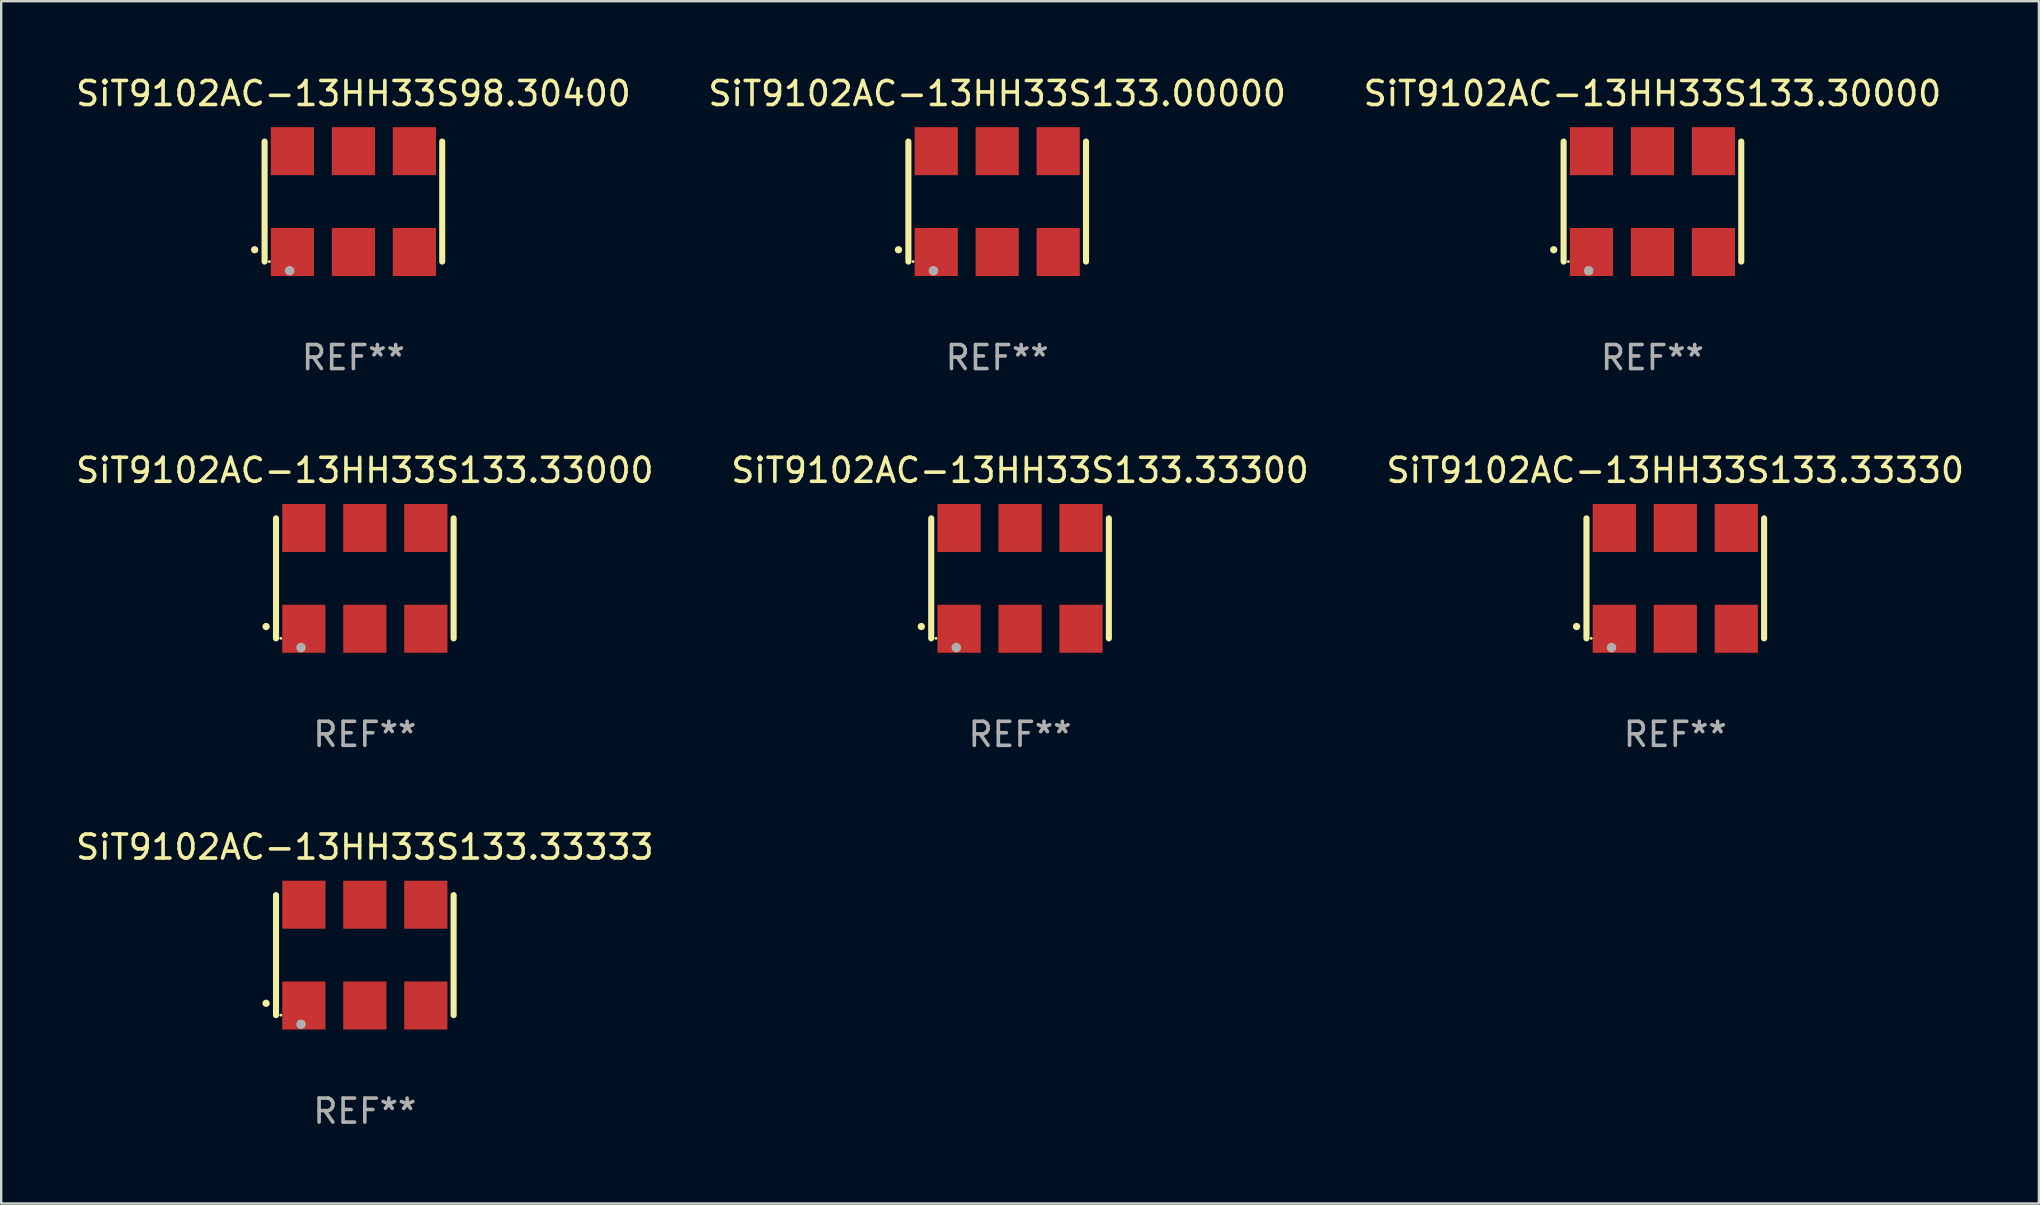
<source format=kicad_pcb>
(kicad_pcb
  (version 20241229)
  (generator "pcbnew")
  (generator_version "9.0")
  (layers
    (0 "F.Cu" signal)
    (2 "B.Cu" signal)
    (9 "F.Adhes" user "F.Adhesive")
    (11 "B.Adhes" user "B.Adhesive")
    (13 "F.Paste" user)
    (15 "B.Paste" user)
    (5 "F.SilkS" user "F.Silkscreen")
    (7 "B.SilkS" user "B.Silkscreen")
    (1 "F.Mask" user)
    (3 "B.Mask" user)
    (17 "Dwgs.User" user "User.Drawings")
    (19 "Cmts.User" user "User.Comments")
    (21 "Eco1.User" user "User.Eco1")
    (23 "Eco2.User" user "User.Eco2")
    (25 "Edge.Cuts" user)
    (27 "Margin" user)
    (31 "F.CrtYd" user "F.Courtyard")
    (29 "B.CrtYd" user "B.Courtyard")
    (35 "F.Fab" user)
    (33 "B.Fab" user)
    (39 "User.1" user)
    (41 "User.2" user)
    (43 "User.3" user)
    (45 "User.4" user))
  (footprint "SiT9102AC-13HH33S98.30400"
    (layer "F.Cu")
    (at 11.673 5.348)
    (property "Reference" "SiT9102AC-13HH33S98.30400" (at 0 -4.5 0) (layer "F.SilkS") (effects (font (size 1 1) (thickness 0.15))))
    (attr through_hole)
    (fp_line (start -3.7 -2.5) (end -3.7 2.5) (stroke (width 0.254) (type solid)) (layer "F.SilkS"))
    (fp_line (start 3.7 -2.5) (end 3.7 2.5) (stroke (width 0.254) (type solid)) (layer "F.SilkS"))
    (fp_arc (start -4.114415 2.006604) (mid -4.113145 2.006599) (end -4.111875 2.006604) (stroke (width 0.3) (type solid)) (layer "F.SilkS"))
    (fp_circle (center -3.502 2.5) (end -3.472 2.5) (stroke (width 0.06) (type solid)) (fill no) (layer "F.SilkS"))
    (fp_circle (center -2.657 2.882) (end -2.557 2.882) (stroke (width 0.2) (type solid)) (fill no) (layer "F.Fab"))
    (fp_text user "REF**" (at 0 6.5 0) (layer "F.Fab") (effects (font (size 1 1) (thickness 0.15))))
    (pad "1" smd rect (at -2.54 2.1) (size 1.8 2) (layers "F.Cu" "F.Mask" "F.Paste"))
    (pad "2" smd rect (at 0.000394 2.1) (size 1.8 2) (layers "F.Cu" "F.Mask" "F.Paste"))
    (pad "3" smd rect (at 2.54 2.1) (size 1.8 2) (layers "F.Cu" "F.Mask" "F.Paste"))
    (pad "4" smd rect (at 2.54 -2.1) (size 1.8 2) (layers "F.Cu" "F.Mask" "F.Paste"))
    (pad "5" smd rect (at 0.000394 -2.1) (size 1.8 2) (layers "F.Cu" "F.Mask" "F.Paste"))
    (pad "6" smd rect (at -2.54 -2.1) (size 1.8 2) (layers "F.Cu" "F.Mask" "F.Paste")))
  (footprint "SiT9102AC-13HH33S133.33333"
    (layer "F.Cu")
    (at 12.149 36.741)
    (property "Reference" "SiT9102AC-13HH33S133.33333" (at 0 -4.5 0) (layer "F.SilkS") (effects (font (size 1 1) (thickness 0.15))))
    (attr through_hole)
    (fp_line (start -3.7 -2.5) (end -3.7 2.5) (stroke (width 0.254) (type solid)) (layer "F.SilkS"))
    (fp_line (start 3.7 -2.5) (end 3.7 2.5) (stroke (width 0.254) (type solid)) (layer "F.SilkS"))
    (fp_arc (start -4.114415 2.006604) (mid -4.113145 2.006599) (end -4.111875 2.006604) (stroke (width 0.3) (type solid)) (layer "F.SilkS"))
    (fp_circle (center -3.502 2.5) (end -3.472 2.5) (stroke (width 0.06) (type solid)) (fill no) (layer "F.SilkS"))
    (fp_circle (center -2.657 2.882) (end -2.557 2.882) (stroke (width 0.2) (type solid)) (fill no) (layer "F.Fab"))
    (fp_text user "REF**" (at 0 6.5 0) (layer "F.Fab") (effects (font (size 1 1) (thickness 0.15))))
    (pad "1" smd rect (at -2.54 2.1) (size 1.8 2) (layers "F.Cu" "F.Mask" "F.Paste"))
    (pad "2" smd rect (at 0.000394 2.1) (size 1.8 2) (layers "F.Cu" "F.Mask" "F.Paste"))
    (pad "3" smd rect (at 2.54 2.1) (size 1.8 2) (layers "F.Cu" "F.Mask" "F.Paste"))
    (pad "4" smd rect (at 2.54 -2.1) (size 1.8 2) (layers "F.Cu" "F.Mask" "F.Paste"))
    (pad "5" smd rect (at 0.000394 -2.1) (size 1.8 2) (layers "F.Cu" "F.Mask" "F.Paste"))
    (pad "6" smd rect (at -2.54 -2.1) (size 1.8 2) (layers "F.Cu" "F.Mask" "F.Paste")))
  (footprint "SiT9102AC-13HH33S133.33330"
    (layer "F.Cu")
    (at 66.744 21.045)
    (property "Reference" "SiT9102AC-13HH33S133.33330" (at 0 -4.5 0) (layer "F.SilkS") (effects (font (size 1 1) (thickness 0.15))))
    (attr through_hole)
    (fp_line (start -3.7 -2.5) (end -3.7 2.5) (stroke (width 0.254) (type solid)) (layer "F.SilkS"))
    (fp_line (start 3.7 -2.5) (end 3.7 2.5) (stroke (width 0.254) (type solid)) (layer "F.SilkS"))
    (fp_arc (start -4.114415 2.006604) (mid -4.113145 2.006599) (end -4.111875 2.006604) (stroke (width 0.3) (type solid)) (layer "F.SilkS"))
    (fp_circle (center -3.502 2.5) (end -3.472 2.5) (stroke (width 0.06) (type solid)) (fill no) (layer "F.SilkS"))
    (fp_circle (center -2.657 2.882) (end -2.557 2.882) (stroke (width 0.2) (type solid)) (fill no) (layer "F.Fab"))
    (fp_text user "REF**" (at 0 6.5 0) (layer "F.Fab") (effects (font (size 1 1) (thickness 0.15))))
    (pad "1" smd rect (at -2.54 2.1) (size 1.8 2) (layers "F.Cu" "F.Mask" "F.Paste"))
    (pad "2" smd rect (at 0.000394 2.1) (size 1.8 2) (layers "F.Cu" "F.Mask" "F.Paste"))
    (pad "3" smd rect (at 2.54 2.1) (size 1.8 2) (layers "F.Cu" "F.Mask" "F.Paste"))
    (pad "4" smd rect (at 2.54 -2.1) (size 1.8 2) (layers "F.Cu" "F.Mask" "F.Paste"))
    (pad "5" smd rect (at 0.000394 -2.1) (size 1.8 2) (layers "F.Cu" "F.Mask" "F.Paste"))
    (pad "6" smd rect (at -2.54 -2.1) (size 1.8 2) (layers "F.Cu" "F.Mask" "F.Paste")))
  (footprint "SiT9102AC-13HH33S133.30000"
    (layer "F.Cu")
    (at 65.792 5.348)
    (property "Reference" "SiT9102AC-13HH33S133.30000" (at 0 -4.5 0) (layer "F.SilkS") (effects (font (size 1 1) (thickness 0.15))))
    (attr through_hole)
    (fp_line (start -3.7 -2.5) (end -3.7 2.5) (stroke (width 0.254) (type solid)) (layer "F.SilkS"))
    (fp_line (start 3.7 -2.5) (end 3.7 2.5) (stroke (width 0.254) (type solid)) (layer "F.SilkS"))
    (fp_arc (start -4.114415 2.006604) (mid -4.113145 2.006599) (end -4.111875 2.006604) (stroke (width 0.3) (type solid)) (layer "F.SilkS"))
    (fp_circle (center -3.502 2.5) (end -3.472 2.5) (stroke (width 0.06) (type solid)) (fill no) (layer "F.SilkS"))
    (fp_circle (center -2.657 2.882) (end -2.557 2.882) (stroke (width 0.2) (type solid)) (fill no) (layer "F.Fab"))
    (fp_text user "REF**" (at 0 6.5 0) (layer "F.Fab") (effects (font (size 1 1) (thickness 0.15))))
    (pad "1" smd rect (at -2.54 2.1) (size 1.8 2) (layers "F.Cu" "F.Mask" "F.Paste"))
    (pad "2" smd rect (at 0.000394 2.1) (size 1.8 2) (layers "F.Cu" "F.Mask" "F.Paste"))
    (pad "3" smd rect (at 2.54 2.1) (size 1.8 2) (layers "F.Cu" "F.Mask" "F.Paste"))
    (pad "4" smd rect (at 2.54 -2.1) (size 1.8 2) (layers "F.Cu" "F.Mask" "F.Paste"))
    (pad "5" smd rect (at 0.000394 -2.1) (size 1.8 2) (layers "F.Cu" "F.Mask" "F.Paste"))
    (pad "6" smd rect (at -2.54 -2.1) (size 1.8 2) (layers "F.Cu" "F.Mask" "F.Paste")))
  (footprint "SiT9102AC-13HH33S133.33300"
    (layer "F.Cu")
    (at 39.446 21.045)
    (property "Reference" "SiT9102AC-13HH33S133.33300" (at 0 -4.5 0) (layer "F.SilkS") (effects (font (size 1 1) (thickness 0.15))))
    (attr through_hole)
    (fp_line (start -3.7 -2.5) (end -3.7 2.5) (stroke (width 0.254) (type solid)) (layer "F.SilkS"))
    (fp_line (start 3.7 -2.5) (end 3.7 2.5) (stroke (width 0.254) (type solid)) (layer "F.SilkS"))
    (fp_arc (start -4.114415 2.006604) (mid -4.113145 2.006599) (end -4.111875 2.006604) (stroke (width 0.3) (type solid)) (layer "F.SilkS"))
    (fp_circle (center -3.502 2.5) (end -3.472 2.5) (stroke (width 0.06) (type solid)) (fill no) (layer "F.SilkS"))
    (fp_circle (center -2.657 2.882) (end -2.557 2.882) (stroke (width 0.2) (type solid)) (fill no) (layer "F.Fab"))
    (fp_text user "REF**" (at 0 6.5 0) (layer "F.Fab") (effects (font (size 1 1) (thickness 0.15))))
    (pad "1" smd rect (at -2.54 2.1) (size 1.8 2) (layers "F.Cu" "F.Mask" "F.Paste"))
    (pad "2" smd rect (at 0.000394 2.1) (size 1.8 2) (layers "F.Cu" "F.Mask" "F.Paste"))
    (pad "3" smd rect (at 2.54 2.1) (size 1.8 2) (layers "F.Cu" "F.Mask" "F.Paste"))
    (pad "4" smd rect (at 2.54 -2.1) (size 1.8 2) (layers "F.Cu" "F.Mask" "F.Paste"))
    (pad "5" smd rect (at 0.000394 -2.1) (size 1.8 2) (layers "F.Cu" "F.Mask" "F.Paste"))
    (pad "6" smd rect (at -2.54 -2.1) (size 1.8 2) (layers "F.Cu" "F.Mask" "F.Paste")))
  (footprint "SiT9102AC-13HH33S133.33000"
    (layer "F.Cu")
    (at 12.149 21.045)
    (property "Reference" "SiT9102AC-13HH33S133.33000" (at 0 -4.5 0) (layer "F.SilkS") (effects (font (size 1 1) (thickness 0.15))))
    (attr through_hole)
    (fp_line (start -3.7 -2.5) (end -3.7 2.5) (stroke (width 0.254) (type solid)) (layer "F.SilkS"))
    (fp_line (start 3.7 -2.5) (end 3.7 2.5) (stroke (width 0.254) (type solid)) (layer "F.SilkS"))
    (fp_arc (start -4.114415 2.006604) (mid -4.113145 2.006599) (end -4.111875 2.006604) (stroke (width 0.3) (type solid)) (layer "F.SilkS"))
    (fp_circle (center -3.502 2.5) (end -3.472 2.5) (stroke (width 0.06) (type solid)) (fill no) (layer "F.SilkS"))
    (fp_circle (center -2.657 2.882) (end -2.557 2.882) (stroke (width 0.2) (type solid)) (fill no) (layer "F.Fab"))
    (fp_text user "REF**" (at 0 6.5 0) (layer "F.Fab") (effects (font (size 1 1) (thickness 0.15))))
    (pad "1" smd rect (at -2.54 2.1) (size 1.8 2) (layers "F.Cu" "F.Mask" "F.Paste"))
    (pad "2" smd rect (at 0.000394 2.1) (size 1.8 2) (layers "F.Cu" "F.Mask" "F.Paste"))
    (pad "3" smd rect (at 2.54 2.1) (size 1.8 2) (layers "F.Cu" "F.Mask" "F.Paste"))
    (pad "4" smd rect (at 2.54 -2.1) (size 1.8 2) (layers "F.Cu" "F.Mask" "F.Paste"))
    (pad "5" smd rect (at 0.000394 -2.1) (size 1.8 2) (layers "F.Cu" "F.Mask" "F.Paste"))
    (pad "6" smd rect (at -2.54 -2.1) (size 1.8 2) (layers "F.Cu" "F.Mask" "F.Paste")))
  (footprint "SiT9102AC-13HH33S133.00000"
    (layer "F.Cu")
    (at 38.494 5.348)
    (property "Reference" "SiT9102AC-13HH33S133.00000" (at 0 -4.5 0) (layer "F.SilkS") (effects (font (size 1 1) (thickness 0.15))))
    (attr through_hole)
    (fp_line (start -3.7 -2.5) (end -3.7 2.5) (stroke (width 0.254) (type solid)) (layer "F.SilkS"))
    (fp_line (start 3.7 -2.5) (end 3.7 2.5) (stroke (width 0.254) (type solid)) (layer "F.SilkS"))
    (fp_arc (start -4.114415 2.006604) (mid -4.113145 2.006599) (end -4.111875 2.006604) (stroke (width 0.3) (type solid)) (layer "F.SilkS"))
    (fp_circle (center -3.502 2.5) (end -3.472 2.5) (stroke (width 0.06) (type solid)) (fill no) (layer "F.SilkS"))
    (fp_circle (center -2.657 2.882) (end -2.557 2.882) (stroke (width 0.2) (type solid)) (fill no) (layer "F.Fab"))
    (fp_text user "REF**" (at 0 6.5 0) (layer "F.Fab") (effects (font (size 1 1) (thickness 0.15))))
    (pad "1" smd rect (at -2.54 2.1) (size 1.8 2) (layers "F.Cu" "F.Mask" "F.Paste"))
    (pad "2" smd rect (at 0.000394 2.1) (size 1.8 2) (layers "F.Cu" "F.Mask" "F.Paste"))
    (pad "3" smd rect (at 2.54 2.1) (size 1.8 2) (layers "F.Cu" "F.Mask" "F.Paste"))
    (pad "4" smd rect (at 2.54 -2.1) (size 1.8 2) (layers "F.Cu" "F.Mask" "F.Paste"))
    (pad "5" smd rect (at 0.000394 -2.1) (size 1.8 2) (layers "F.Cu" "F.Mask" "F.Paste"))
    (pad "6" smd rect (at -2.54 -2.1) (size 1.8 2) (layers "F.Cu" "F.Mask" "F.Paste")))
  (gr_rect
    (start -3 -3)
    (end 81.893 47.09)
    (stroke (width 0.1) (type default))
    (fill no)
    (layer "Edge.Cuts")))
</source>
